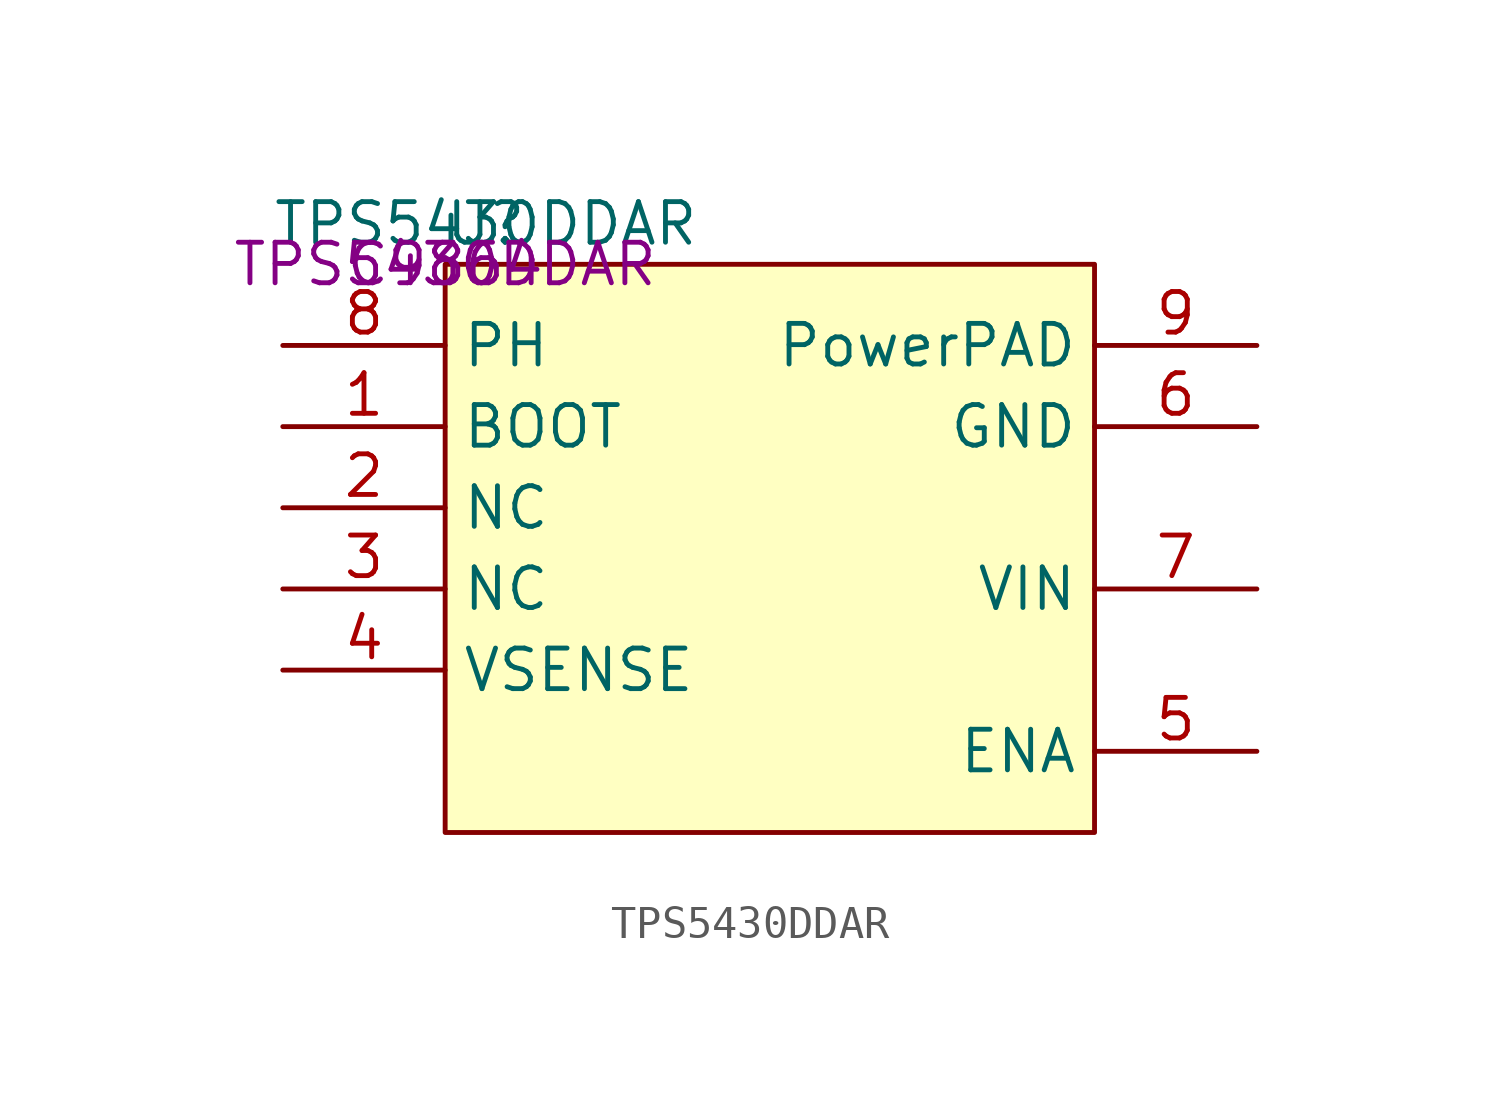
<source format=kicad_sym>
(kicad_symbol_lib
  (version 20231120)
  (generator "kicad_symbol_editor")
  (generator_version "8.0")
  (symbol "TPS5430DDAR"
    (property "Reference" "U"
      (at 1.27 1.27 0)
      (effects (font (size 1.27 1.27))))
    (property "Value" "TPS5430DDAR"
      (at 1.27 1.27 0)
      (effects (font (size 1.27 1.27))))
    (property "LCSC Part" "C9864"
      (at 0 0 0)
      (effects (font (size 1.27 1.27))))
    (property "Manufact. Part" "TPS5430DDAR"
      (at 0 0 0)
      (effects (font (size 1.27 1.27))))
    (symbol "TPS5430DDAR_0_1"
      (rectangle (start 0 0) (end 20.32 -17.78) (stroke (width 0) (type default)) (fill (type background)))
      (pin unspecified line (at -5.08 -5.08 0) (length 5.08) (name "BOOT" (effects (font (size 1.27 1.27)))) (number "1" (effects (font (size 1.27 1.27)))))
      (pin unspecified line (at -5.08 -7.62 0) (length 5.08) (name "NC" (effects (font (size 1.27 1.27)))) (number "2" (effects (font (size 1.27 1.27)))))
      (pin unspecified line (at -5.08 -10.16 0) (length 5.08) (name "NC" (effects (font (size 1.27 1.27)))) (number "3" (effects (font (size 1.27 1.27)))))
      (pin unspecified line (at -5.08 -12.7 0) (length 5.08) (name "VSENSE" (effects (font (size 1.27 1.27)))) (number "4" (effects (font (size 1.27 1.27)))))
      (pin unspecified line (at 25.4 -15.24 180) (length 5.08) (name "ENA" (effects (font (size 1.27 1.27)))) (number "5" (effects (font (size 1.27 1.27)))))
      (pin unspecified line (at 25.4 -5.08 180) (length 5.08) (name "GND" (effects (font (size 1.27 1.27)))) (number "6" (effects (font (size 1.27 1.27)))))
      (pin unspecified line (at 25.4 -10.16 180) (length 5.08) (name "VIN" (effects (font (size 1.27 1.27)))) (number "7" (effects (font (size 1.27 1.27)))))
      (pin unspecified line (at -5.08 -2.54 0) (length 5.08) (name "PH" (effects (font (size 1.27 1.27)))) (number "8" (effects (font (size 1.27 1.27)))))
      (pin unspecified line (at 25.4 -2.54 180) (length 5.08) (name "PowerPAD" (effects (font (size 1.27 1.27)))) (number "9" (effects (font (size 1.27 1.27))))))))
</source>
